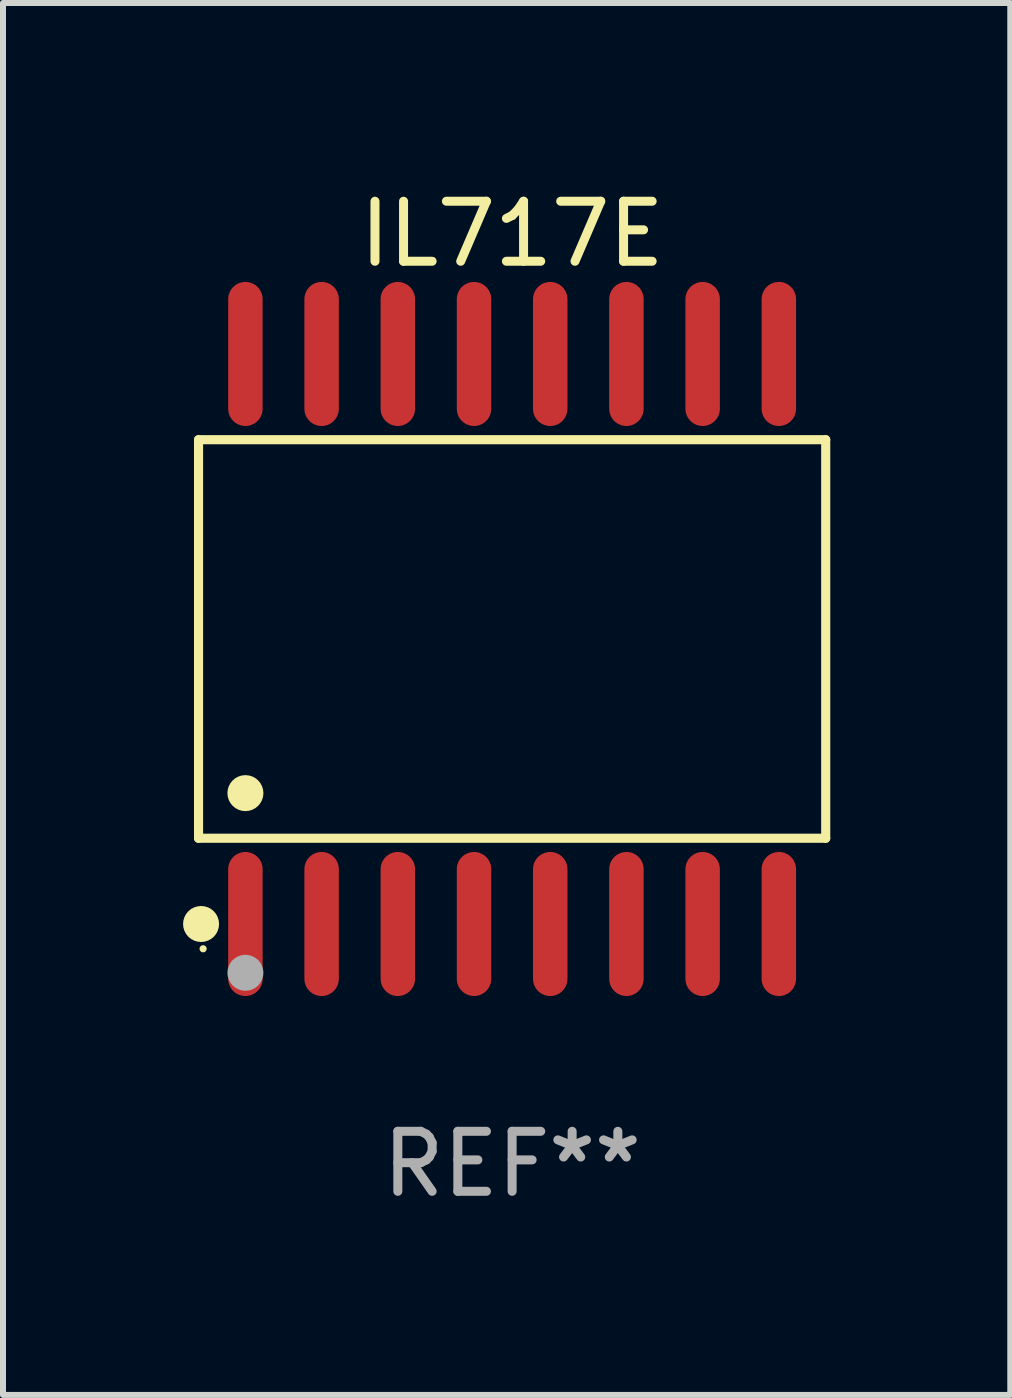
<source format=kicad_pcb>
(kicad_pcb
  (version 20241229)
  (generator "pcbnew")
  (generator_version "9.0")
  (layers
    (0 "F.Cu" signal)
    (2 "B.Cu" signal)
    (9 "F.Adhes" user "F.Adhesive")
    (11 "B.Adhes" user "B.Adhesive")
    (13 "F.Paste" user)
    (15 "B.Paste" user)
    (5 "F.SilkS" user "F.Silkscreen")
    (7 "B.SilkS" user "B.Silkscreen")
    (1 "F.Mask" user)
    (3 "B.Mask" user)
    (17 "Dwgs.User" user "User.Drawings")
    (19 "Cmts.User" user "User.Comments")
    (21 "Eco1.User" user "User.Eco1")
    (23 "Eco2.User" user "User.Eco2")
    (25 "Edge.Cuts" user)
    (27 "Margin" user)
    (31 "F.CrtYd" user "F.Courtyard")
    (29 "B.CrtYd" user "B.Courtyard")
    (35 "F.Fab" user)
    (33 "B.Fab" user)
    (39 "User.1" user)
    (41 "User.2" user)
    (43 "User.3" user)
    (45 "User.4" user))
  (footprint "IL717E"
    (layer "F.Cu")
    (at 5.485 7.599)
    (property "Reference" "IL717E" (at 0 -6.75 0) (layer "F.SilkS") (effects (font (size 1 1) (thickness 0.15))))
    (attr through_hole)
    (fp_line (start -5.226 -3.321) (end 5.226 -3.321) (stroke (width 0.152) (type solid)) (layer "F.SilkS"))
    (fp_line (start -5.226 3.321) (end -5.226 -3.321) (stroke (width 0.152) (type solid)) (layer "F.SilkS"))
    (fp_line (start 5.226 -3.321) (end 5.226 3.321) (stroke (width 0.152) (type solid)) (layer "F.SilkS"))
    (fp_line (start 5.226 3.321) (end -5.226 3.321) (stroke (width 0.152) (type solid)) (layer "F.SilkS"))
    (fp_circle (center -5.184 4.75) (end -5.034 4.75) (stroke (width 0.3) (type solid)) (fill no) (layer "F.SilkS"))
    (fp_circle (center -5.15 5.163) (end -5.12 5.163) (stroke (width 0.06) (type solid)) (fill no) (layer "F.SilkS"))
    (fp_circle (center -4.445 2.569) (end -4.295 2.569) (stroke (width 0.3) (type solid)) (fill no) (layer "F.SilkS"))
    (fp_circle (center -4.445 5.563) (end -4.295 5.563) (stroke (width 0.3) (type solid)) (fill no) (layer "F.Fab"))
    (fp_text user "REF**" (at 0 8.75 0) (layer "F.Fab") (effects (font (size 1 1) (thickness 0.15))))
    (pad "1" smd oval (at -4.445 4.75) (size 0.574 2.401) (layers "F.Cu" "F.Mask" "F.Paste"))
    (pad "2" smd oval (at -3.175 4.75) (size 0.574 2.401) (layers "F.Cu" "F.Mask" "F.Paste"))
    (pad "3" smd oval (at -1.905 4.75) (size 0.574 2.401) (layers "F.Cu" "F.Mask" "F.Paste"))
    (pad "4" smd oval (at -0.635 4.75) (size 0.574 2.401) (layers "F.Cu" "F.Mask" "F.Paste"))
    (pad "5" smd oval (at 0.635 4.75) (size 0.574 2.401) (layers "F.Cu" "F.Mask" "F.Paste"))
    (pad "6" smd oval (at 1.905 4.75) (size 0.574 2.401) (layers "F.Cu" "F.Mask" "F.Paste"))
    (pad "7" smd oval (at 3.175 4.75) (size 0.574 2.401) (layers "F.Cu" "F.Mask" "F.Paste"))
    (pad "8" smd oval (at 4.445 4.75) (size 0.574 2.401) (layers "F.Cu" "F.Mask" "F.Paste"))
    (pad "9" smd oval (at 4.445 -4.75) (size 0.574 2.401) (layers "F.Cu" "F.Mask" "F.Paste"))
    (pad "10" smd oval (at 3.175 -4.75) (size 0.574 2.401) (layers "F.Cu" "F.Mask" "F.Paste"))
    (pad "11" smd oval (at 1.905 -4.75) (size 0.574 2.401) (layers "F.Cu" "F.Mask" "F.Paste"))
    (pad "12" smd oval (at 0.635 -4.75) (size 0.574 2.401) (layers "F.Cu" "F.Mask" "F.Paste"))
    (pad "13" smd oval (at -0.635 -4.75) (size 0.574 2.401) (layers "F.Cu" "F.Mask" "F.Paste"))
    (pad "14" smd oval (at -1.905 -4.75) (size 0.574 2.401) (layers "F.Cu" "F.Mask" "F.Paste"))
    (pad "15" smd oval (at -3.175 -4.75) (size 0.574 2.401) (layers "F.Cu" "F.Mask" "F.Paste"))
    (pad "16" smd oval (at -4.445 -4.75) (size 0.574 2.401) (layers "F.Cu" "F.Mask" "F.Paste")))
  (gr_rect
    (start -3 -3)
    (end 13.787 20.197)
    (stroke (width 0.1) (type default))
    (fill no)
    (layer "Edge.Cuts")))
</source>
